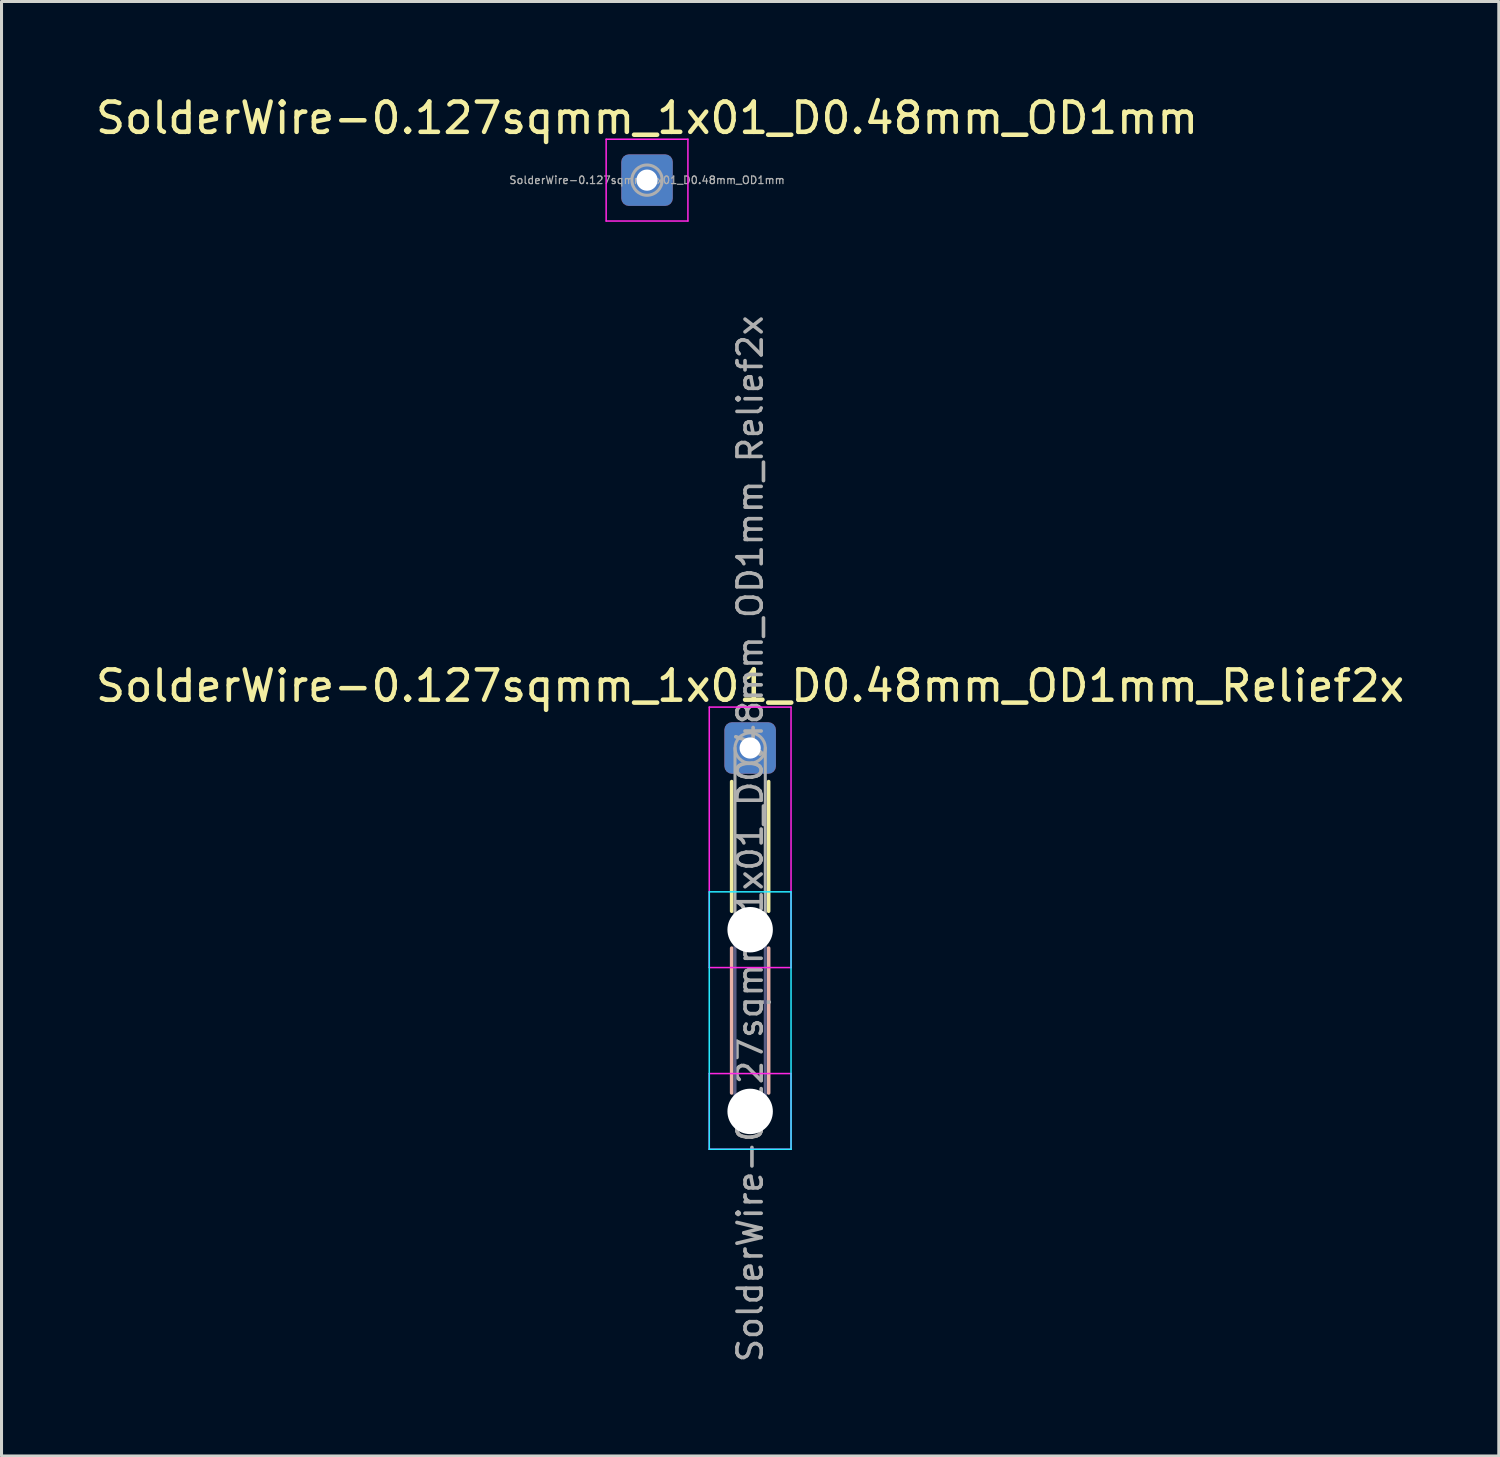
<source format=kicad_pcb>
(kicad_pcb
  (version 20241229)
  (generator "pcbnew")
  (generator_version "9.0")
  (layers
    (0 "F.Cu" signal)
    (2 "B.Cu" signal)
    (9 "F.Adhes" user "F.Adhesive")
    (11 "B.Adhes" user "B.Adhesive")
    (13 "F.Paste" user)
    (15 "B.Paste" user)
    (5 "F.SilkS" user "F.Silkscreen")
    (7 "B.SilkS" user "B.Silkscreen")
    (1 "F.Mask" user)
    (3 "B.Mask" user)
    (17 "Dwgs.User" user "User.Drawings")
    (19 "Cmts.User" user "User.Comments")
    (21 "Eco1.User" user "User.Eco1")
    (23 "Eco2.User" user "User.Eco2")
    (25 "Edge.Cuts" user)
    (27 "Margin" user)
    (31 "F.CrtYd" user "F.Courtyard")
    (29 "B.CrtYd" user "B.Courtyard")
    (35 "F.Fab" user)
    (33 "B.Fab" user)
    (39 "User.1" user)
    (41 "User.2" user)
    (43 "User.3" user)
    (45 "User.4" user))
  (footprint "SolderWire-0.127sqmm_1x01_D0.48mm_OD1mm_Relief2x"
    (layer "F.Cu")
    (at 21.72 21.649)
    (property "Reference" "SolderWire-0.127sqmm_1x01_D0.48mm_OD1mm_Relief2x" (at 0 -2.05 0) (layer "F.SilkS") (effects (font (size 1 1) (thickness 0.15))))
    (attr exclude_from_pos_files exclude_from_bom)
    (fp_line (start -0.61 1.11) (end -0.61 5.39) (stroke (width 0.12) (type solid)) (layer "F.SilkS"))
    (fp_line (start 0.61 1.11) (end 0.61 5.39) (stroke (width 0.12) (type solid)) (layer "F.SilkS"))
    (fp_line (start -0.61 6.61) (end -0.61 11.39) (stroke (width 0.12) (type solid)) (layer "B.SilkS"))
    (fp_line (start 0.61 6.61) (end 0.61 11.39) (stroke (width 0.12) (type solid)) (layer "B.SilkS"))
    (fp_line (start -1.35 4.75) (end -1.35 13.25) (stroke (width 0.05) (type solid)) (layer "B.CrtYd"))
    (fp_line (start -1.35 13.25) (end 1.35 13.25) (stroke (width 0.05) (type solid)) (layer "B.CrtYd"))
    (fp_line (start 1.35 4.75) (end -1.35 4.75) (stroke (width 0.05) (type solid)) (layer "B.CrtYd"))
    (fp_line (start 1.35 13.25) (end 1.35 4.75) (stroke (width 0.05) (type solid)) (layer "B.CrtYd"))
    (fp_line (start -1.35 -1.35) (end -1.35 7.25) (stroke (width 0.05) (type solid)) (layer "F.CrtYd"))
    (fp_line (start -1.35 7.25) (end 1.35 7.25) (stroke (width 0.05) (type solid)) (layer "F.CrtYd"))
    (fp_line (start -1.35 10.75) (end -1.35 13.25) (stroke (width 0.05) (type solid)) (layer "F.CrtYd"))
    (fp_line (start -1.35 13.25) (end 1.35 13.25) (stroke (width 0.05) (type solid)) (layer "F.CrtYd"))
    (fp_line (start 1.35 -1.35) (end -1.35 -1.35) (stroke (width 0.05) (type solid)) (layer "F.CrtYd"))
    (fp_line (start 1.35 7.25) (end 1.35 -1.35) (stroke (width 0.05) (type solid)) (layer "F.CrtYd"))
    (fp_line (start 1.35 10.75) (end -1.35 10.75) (stroke (width 0.05) (type solid)) (layer "F.CrtYd"))
    (fp_line (start 1.35 13.25) (end 1.35 10.75) (stroke (width 0.05) (type solid)) (layer "F.CrtYd"))
    (fp_line (start -0.5 6) (end -0.5 12) (stroke (width 0.1) (type solid)) (layer "B.Fab"))
    (fp_line (start 0.5 6) (end 0.5 12) (stroke (width 0.1) (type solid)) (layer "B.Fab"))
    (fp_circle (center 0 6) (end 0.5 6) (stroke (width 0.1) (type solid)) (fill no) (layer "B.Fab"))
    (fp_circle (center 0 12) (end 0.5 12) (stroke (width 0.1) (type solid)) (fill no) (layer "B.Fab"))
    (fp_line (start -0.5 0) (end -0.5 6) (stroke (width 0.1) (type solid)) (layer "F.Fab"))
    (fp_line (start 0.5 0) (end 0.5 6) (stroke (width 0.1) (type solid)) (layer "F.Fab"))
    (fp_circle (center 0 0) (end 0.5 0) (stroke (width 0.1) (type solid)) (fill no) (layer "F.Fab"))
    (fp_circle (center 0 6) (end 0.5 6) (stroke (width 0.1) (type solid)) (fill no) (layer "F.Fab"))
    (fp_circle (center 0 12) (end 0.5 12) (stroke (width 0.1) (type solid)) (fill no) (layer "F.Fab"))
    (fp_text user "${REFERENCE}" (at 0 3 90) (layer "F.Fab") (effects (font (size 0.8 0.8) (thickness 0.12))))
    (pad "" np_thru_hole circle (at 0 6) (size 1.5 1.5) (drill 1.5) (layers "*.Cu" "*.Mask"))
    (pad "" np_thru_hole circle (at 0 12) (size 1.5 1.5) (drill 1.5) (layers "*.Cu" "*.Mask"))
    (pad "1" thru_hole roundrect (at 0 0) (size 1.7 1.7) (drill 0.7) (layers "*.Cu" "*.Mask") (roundrect_rratio 0.147)))
  (footprint "SolderWire-0.127sqmm_1x01_D0.48mm_OD1mm"
    (layer "F.Cu")
    (at 18.315 2.898)
    (property "Reference" "SolderWire-0.127sqmm_1x01_D0.48mm_OD1mm" (at 0 -2.05 0) (layer "F.SilkS") (effects (font (size 1 1) (thickness 0.15))))
    (attr exclude_from_pos_files exclude_from_bom)
    (fp_line (start -1.35 -1.35) (end -1.35 1.35) (stroke (width 0.05) (type solid)) (layer "F.CrtYd"))
    (fp_line (start -1.35 1.35) (end 1.35 1.35) (stroke (width 0.05) (type solid)) (layer "F.CrtYd"))
    (fp_line (start 1.35 -1.35) (end -1.35 -1.35) (stroke (width 0.05) (type solid)) (layer "F.CrtYd"))
    (fp_line (start 1.35 1.35) (end 1.35 -1.35) (stroke (width 0.05) (type solid)) (layer "F.CrtYd"))
    (fp_circle (center 0 0) (end 0.5 0) (stroke (width 0.1) (type solid)) (fill no) (layer "F.Fab"))
    (fp_text user "${REFERENCE}" (at 0 0 0) (layer "F.Fab") (effects (font (size 0.25 0.25) (thickness 0.04))))
    (pad "1" thru_hole roundrect (at 0 0) (size 1.7 1.7) (drill 0.7) (layers "*.Cu" "*.Mask") (roundrect_rratio 0.147)))
  (gr_rect
    (start -3 -3)
    (end 46.44 45.026)
    (stroke (width 0.1) (type default))
    (fill no)
    (layer "Edge.Cuts")))
</source>
